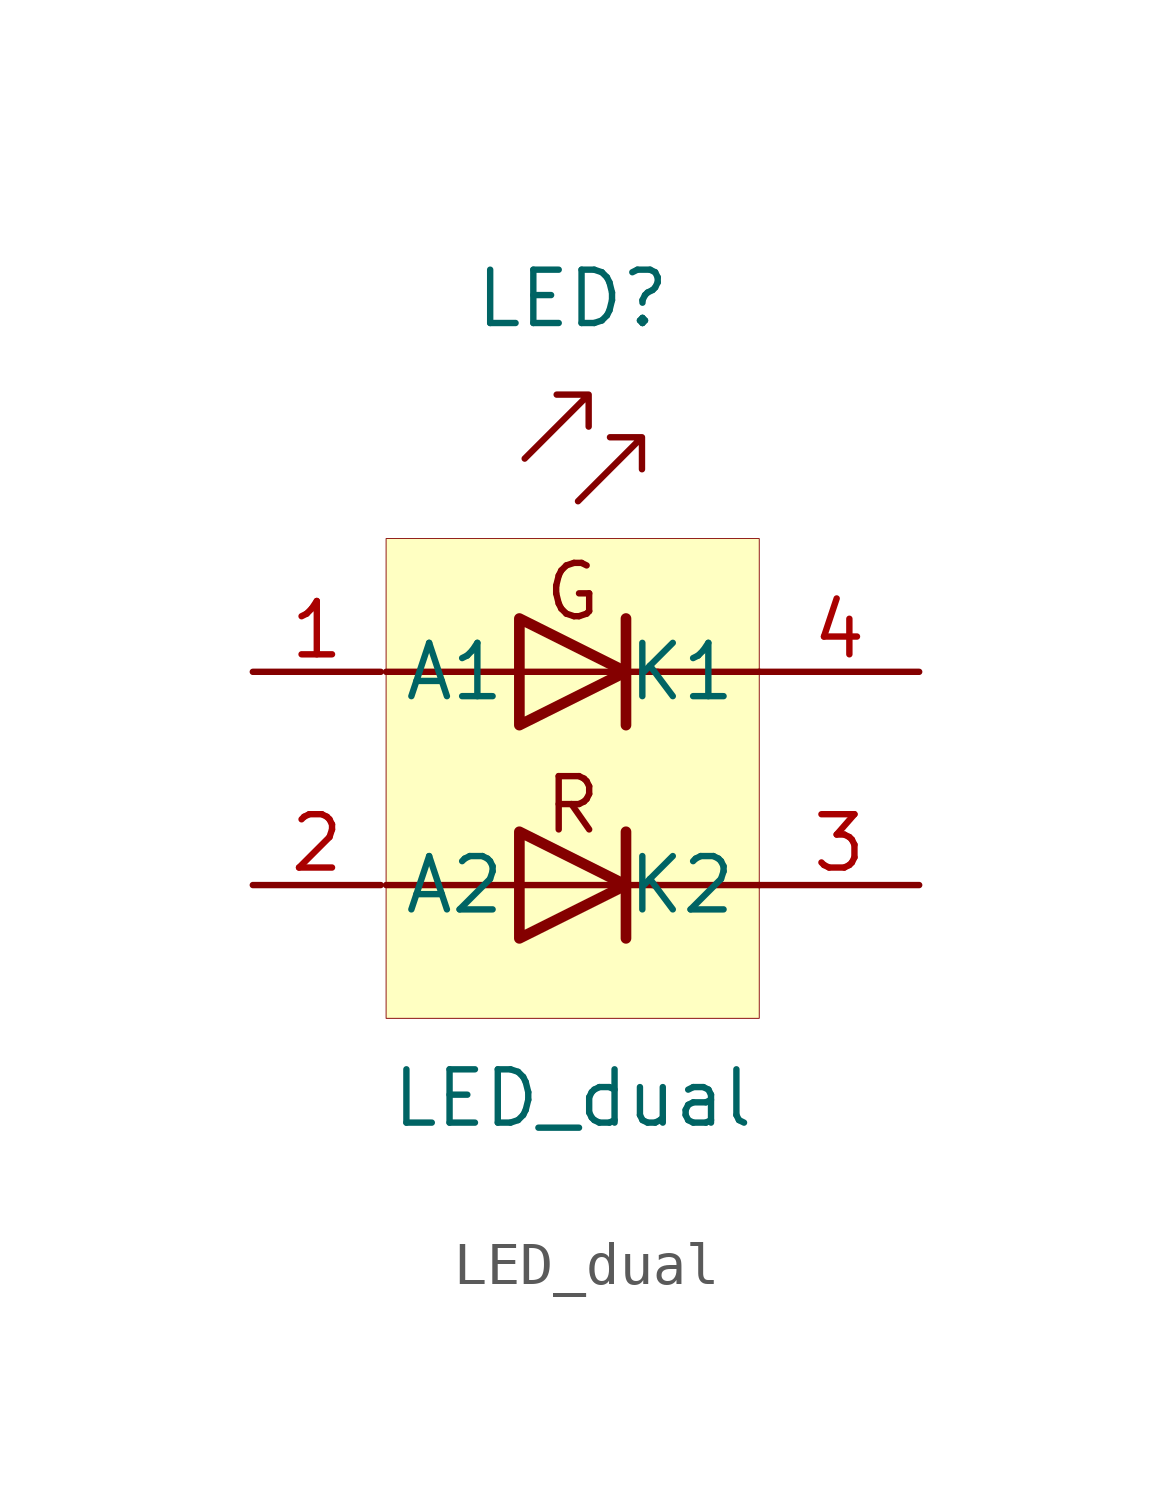
<source format=kicad_sym>
(kicad_symbol_lib
  (version 20201005)
  (generator kicad_symbol_editor)
  (symbol "led:LED_dual"
    (property "Reference" "LED"
      (at 0 11.43 0)
      (effects (font (size 1.27 1.27))))
    (property "Value" "LED_dual"
      (at 0 -7.62 0)
      (effects (font (size 1.27 1.27))))
    (symbol "LED_dual_0_0"
      (text "G" (at 0 4.445 0) (effects (font (size 1.27 1.27))))
      (text "R" (at 0 -0.635 0) (effects (font (size 1.27 1.27)))))
    (symbol "LED_dual_0_1"
      (rectangle (start -4.445 5.715) (end 4.445 -5.715) (stroke (width 0.001)) (fill (type background)))
      (polyline (pts (xy -4.445 -2.54) (xy 2.032 -2.54)) (stroke (width 0)) (fill (type none)))
      (polyline (pts (xy -4.445 2.54) (xy 2.032 2.54)) (stroke (width 0)) (fill (type none)))
      (polyline (pts (xy 1.27 -1.27) (xy 1.27 -3.81)) (stroke (width 0.254)) (fill (type none)))
      (polyline (pts (xy 1.27 3.81) (xy 1.27 1.27)) (stroke (width 0.254)) (fill (type none)))
      (polyline (pts (xy 4.445 -2.54) (xy 1.905 -2.54)) (stroke (width 0)) (fill (type none)))
      (polyline (pts (xy 4.445 2.54) (xy 1.905 2.54)) (stroke (width 0)) (fill (type none)))
      (polyline (pts (xy -1.27 -1.27) (xy -1.27 -3.81) (xy 1.27 -2.54) (xy -1.27 -1.27)) (stroke (width 0.254)) (fill (type none)))
      (polyline (pts (xy -1.27 3.81) (xy -1.27 1.27) (xy 1.27 2.54) (xy -1.27 3.81)) (stroke (width 0.254)) (fill (type none)))
      (polyline (pts (xy -1.143 7.62) (xy 0.381 9.144) (xy -0.381 9.144) (xy 0.381 9.144) (xy 0.381 8.382)) (stroke (width 0)) (fill (type none)))
      (polyline (pts (xy 0.127 6.604) (xy 1.651 8.128) (xy 0.889 8.128) (xy 1.651 8.128) (xy 1.651 7.366)) (stroke (width 0)) (fill (type none))))
    (symbol "LED_dual_1_1"
      (pin input line (at -7.62 2.54 0) (length 3.048) (name "A1" (effects (font (size 1.27 1.27)))) (number "1" (effects (font (size 1.27 1.27)))))
      (pin input line (at -7.62 -2.54 0) (length 3.048) (name "A2" (effects (font (size 1.27 1.27)))) (number "2" (effects (font (size 1.27 1.27)))))
      (pin input line (at 8.255 2.54 180) (length 3.81) (name "K1" (effects (font (size 1.27 1.27)))) (number "4" (effects (font (size 1.27 1.27)))))
      (pin input line (at 8.255 -2.54 180) (length 3.81) (name "K2" (effects (font (size 1.27 1.27)))) (number "3" (effects (font (size 1.27 1.27))))))))
</source>
